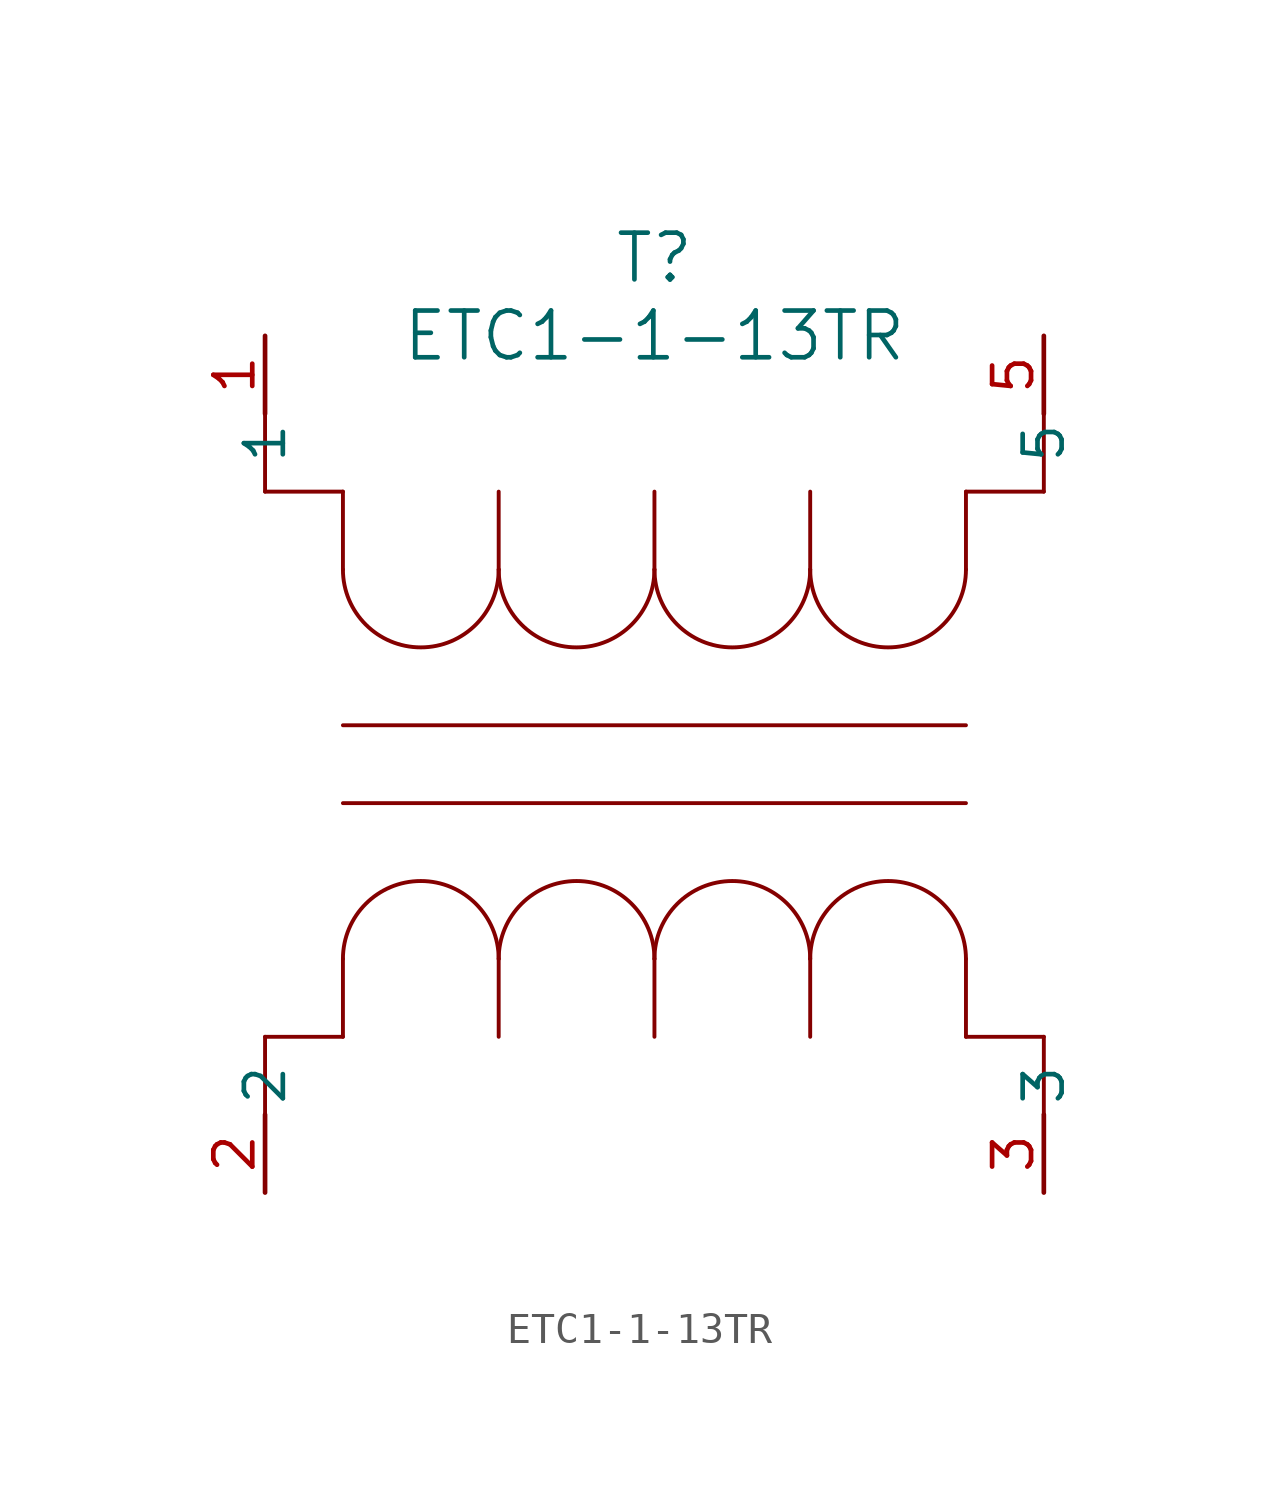
<source format=kicad_sym>
(kicad_symbol_lib
  (version 20211014)
  (generator kicad_symbol_editor)
  (symbol "ETC1-1-13TR"
    (pin_names
      (offset 0.254))
    (property "Reference" "T"
      (at 12.7 2.54 0)
      (effects (font (size 1.524 1.524))))
    (property "Value" "ETC1-1-13TR"
      (at 12.7 0 0)
      (effects (font (size 1.524 1.524))))
    (symbol "ETC1-1-13TR_0_1"
      (polyline (pts (xy 25.4 -25.4) (xy 25.4 -22.86)) (stroke (width 0.127) (type default) (color 0 0 0 0)) (fill (type none)))
      (polyline (pts (xy 0 -22.86) (xy 0 -25.4)) (stroke (width 0.127) (type default) (color 0 0 0 0)) (fill (type none)))
      (arc (start 7.62 -20.32) (mid 5.08 -17.78) (end 2.54 -20.32) (stroke (width 0.127) (type default) (color 0 0 0 0)) (fill (type none)))
      (polyline (pts (xy 2.54 -20.32) (xy 2.54 -22.86)) (stroke (width 0.127) (type default) (color 0 0 0 0)) (fill (type none)))
      (polyline (pts (xy 22.86 -5.08) (xy 25.4 -5.08)) (stroke (width 0.127) (type default) (color 0 0 0 0)) (fill (type none)))
      (arc (start 12.7 -20.32) (mid 10.16 -17.78) (end 7.62 -20.32) (stroke (width 0.127) (type default) (color 0 0 0 0)) (fill (type none)))
      (polyline (pts (xy 7.62 -20.32) (xy 7.62 -22.86)) (stroke (width 0.127) (type default) (color 0 0 0 0)) (fill (type none)))
      (polyline (pts (xy 2.54 -5.08) (xy 0 -5.08)) (stroke (width 0.127) (type default) (color 0 0 0 0)) (fill (type none)))
      (arc (start 17.78 -20.32) (mid 15.24 -17.78) (end 12.7 -20.32) (stroke (width 0.127) (type default) (color 0 0 0 0)) (fill (type none)))
      (polyline (pts (xy 12.7 -20.32) (xy 12.7 -22.86)) (stroke (width 0.127) (type default) (color 0 0 0 0)) (fill (type none)))
      (arc (start 22.86 -20.32) (mid 20.32 -17.78) (end 17.78 -20.32) (stroke (width 0.127) (type default) (color 0 0 0 0)) (fill (type none)))
      (polyline (pts (xy 17.78 -20.32) (xy 17.78 -22.86)) (stroke (width 0.127) (type default) (color 0 0 0 0)) (fill (type none)))
      (polyline (pts (xy 22.86 -20.32) (xy 22.86 -22.86)) (stroke (width 0.127) (type default) (color 0 0 0 0)) (fill (type none)))
      (polyline (pts (xy 2.54 -22.86) (xy 0 -22.86)) (stroke (width 0.127) (type default) (color 0 0 0 0)) (fill (type none)))
      (polyline (pts (xy 22.86 -22.86) (xy 25.4 -22.86)) (stroke (width 0.127) (type default) (color 0 0 0 0)) (fill (type none)))
      (polyline (pts (xy 2.54 -12.7) (xy 22.86 -12.7)) (stroke (width 0.127) (type default) (color 0 0 0 0)) (fill (type none)))
      (polyline (pts (xy 2.54 -15.24) (xy 22.86 -15.24)) (stroke (width 0.127) (type default) (color 0 0 0 0)) (fill (type none)))
      (polyline (pts (xy 25.4 -2.54) (xy 25.4 -5.08)) (stroke (width 0.127) (type default) (color 0 0 0 0)) (fill (type none)))
      (polyline (pts (xy 0 -2.54) (xy 0 -5.08)) (stroke (width 0.127) (type default) (color 0 0 0 0)) (fill (type none)))
      (arc (start 2.54 -7.62) (mid 5.08 -10.16) (end 7.62 -7.62) (stroke (width 0.127) (type default) (color 0 0 0 0)) (fill (type none)))
      (polyline (pts (xy 2.54 -7.62) (xy 2.54 -5.08)) (stroke (width 0.127) (type default) (color 0 0 0 0)) (fill (type none)))
      (arc (start 7.62 -7.62) (mid 10.16 -10.16) (end 12.7 -7.62) (stroke (width 0.127) (type default) (color 0 0 0 0)) (fill (type none)))
      (polyline (pts (xy 7.62 -7.62) (xy 7.62 -5.08)) (stroke (width 0.127) (type default) (color 0 0 0 0)) (fill (type none)))
      (arc (start 12.7 -7.62) (mid 15.24 -10.16) (end 17.78 -7.62) (stroke (width 0.127) (type default) (color 0 0 0 0)) (fill (type none)))
      (polyline (pts (xy 12.7 -7.62) (xy 12.7 -5.08)) (stroke (width 0.127) (type default) (color 0 0 0 0)) (fill (type none)))
      (arc (start 17.78 -7.62) (mid 20.32 -10.16) (end 22.86 -7.62) (stroke (width 0.127) (type default) (color 0 0 0 0)) (fill (type none)))
      (polyline (pts (xy 17.78 -7.62) (xy 17.78 -5.08)) (stroke (width 0.127) (type default) (color 0 0 0 0)) (fill (type none)))
      (polyline (pts (xy 22.86 -7.62) (xy 22.86 -5.08)) (stroke (width 0.127) (type default) (color 0 0 0 0)) (fill (type none)))
      (pin unspecified line (at 0 0 270) (length 2.54) (name "1" (effects (font (size 1.27 1.27)))) (number "1" (effects (font (size 1.27 1.27)))))
      (pin unspecified line (at 0 -27.94 90) (length 2.54) (name "2" (effects (font (size 1.27 1.27)))) (number "2" (effects (font (size 1.27 1.27)))))
      (pin unspecified line (at 25.4 -27.94 90) (length 2.54) (name "3" (effects (font (size 1.27 1.27)))) (number "3" (effects (font (size 1.27 1.27)))))
      (pin unspecified line (at 25.4 0 270) (length 2.54) (name "5" (effects (font (size 1.27 1.27)))) (number "5" (effects (font (size 1.27 1.27))))))))
</source>
